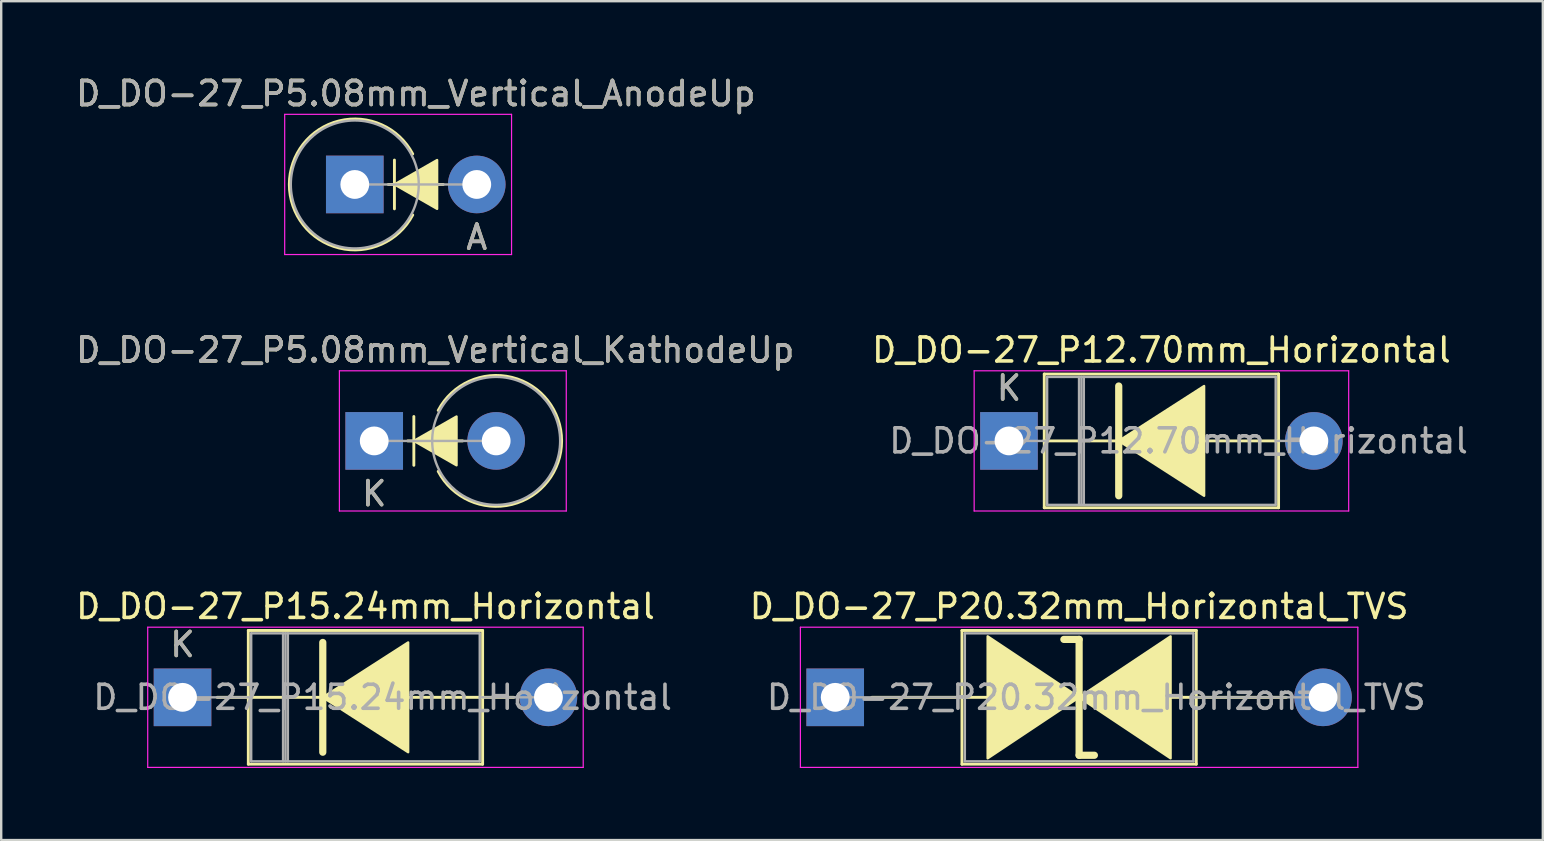
<source format=kicad_pcb>
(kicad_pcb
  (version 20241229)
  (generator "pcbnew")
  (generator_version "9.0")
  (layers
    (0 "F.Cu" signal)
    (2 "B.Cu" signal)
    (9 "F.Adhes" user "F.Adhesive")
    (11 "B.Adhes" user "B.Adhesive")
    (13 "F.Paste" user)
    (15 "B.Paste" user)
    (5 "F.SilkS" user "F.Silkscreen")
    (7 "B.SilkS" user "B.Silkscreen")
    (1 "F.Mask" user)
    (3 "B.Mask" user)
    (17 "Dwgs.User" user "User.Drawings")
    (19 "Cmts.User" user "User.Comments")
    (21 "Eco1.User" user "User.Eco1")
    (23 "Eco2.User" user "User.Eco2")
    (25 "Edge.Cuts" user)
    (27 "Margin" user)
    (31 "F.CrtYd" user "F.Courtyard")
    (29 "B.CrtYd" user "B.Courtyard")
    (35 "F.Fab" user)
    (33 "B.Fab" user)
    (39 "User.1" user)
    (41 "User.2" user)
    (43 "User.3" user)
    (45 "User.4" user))
  (footprint "D_DO-27_P5.08mm_Vertical_AnodeUp"
    (layer "F.Cu")
    (at 11.728 4.633)
    (property "Reference" "D_DO-27_P5.08mm_Vertical_AnodeUp" (at 2.54 -3.785 0) (layer "F.SilkS") (effects (font (size 1 1) (thickness 0.15))))
    (attr through_hole)
    (fp_line (start 1.397 0) (end 3.683 0) (stroke (width 0.12) (type solid)) (layer "F.SilkS"))
    (fp_line (start 1.651 -1.016) (end 1.651 1.016) (stroke (width 0.12) (type solid)) (layer "F.SilkS"))
    (fp_arc (start 2.412999 1.27) (mid -2.726805 0) (end 2.412999 -1.269999) (stroke (width 0.12) (type solid)) (layer "F.SilkS"))
    (fp_poly (pts (xy 3.429 1.016) (xy 1.651 0) (xy 3.429 -1.016)) (stroke (width 0.1) (type solid)) (fill yes) (layer "F.SilkS"))
    (fp_line (start -2.92 -2.92) (end -2.92 2.92) (stroke (width 0.05) (type solid)) (layer "F.CrtYd"))
    (fp_line (start -2.92 2.92) (end 6.53 2.92) (stroke (width 0.05) (type solid)) (layer "F.CrtYd"))
    (fp_line (start 6.53 -2.92) (end -2.92 -2.92) (stroke (width 0.05) (type solid)) (layer "F.CrtYd"))
    (fp_line (start 6.53 2.92) (end 6.53 -2.92) (stroke (width 0.05) (type solid)) (layer "F.CrtYd"))
    (fp_line (start 0 0) (end 5.08 0) (stroke (width 0.1) (type solid)) (layer "F.Fab"))
    (fp_circle (center 0 0) (end 2.665 0) (stroke (width 0.1) (type solid)) (fill no) (layer "F.Fab"))
    (fp_text user "A" (at 5.08 2.2 0) (layer "F.SilkS") (effects (font (size 1 1) (thickness 0.15))))
    (fp_text user "${REFERENCE}" (at 2.54 -3.785 0) (layer "F.Fab") (effects (font (size 1 1) (thickness 0.15))))
    (fp_text user "A" (at 5.08 2.2 0) (layer "F.Fab") (effects (font (size 1 1) (thickness 0.15))))
    (pad "1" thru_hole rect (at 0 0) (size 2.4 2.4) (drill 1.2) (layers "*.Cu" "*.Mask"))
    (pad "2" thru_hole oval (at 5.08 0) (size 2.4 2.4) (drill 1.2) (layers "*.Cu" "*.Mask")))
  (footprint "D_DO-27_P5.08mm_Vertical_KathodeUp"
    (layer "F.Cu")
    (at 12.537 15.315)
    (property "Reference" "D_DO-27_P5.08mm_Vertical_KathodeUp" (at 2.54 -3.785 0) (layer "F.SilkS") (effects (font (size 1 1) (thickness 0.15))))
    (attr through_hole)
    (fp_line (start 1.397 0) (end 3.683 0) (stroke (width 0.12) (type solid)) (layer "F.SilkS"))
    (fp_line (start 1.651 -1.016) (end 1.651 1.016) (stroke (width 0.12) (type solid)) (layer "F.SilkS"))
    (fp_arc (start 2.667001 -1.27) (mid 7.806805 0) (end 2.667001 1.269999) (stroke (width 0.12) (type solid)) (layer "F.SilkS"))
    (fp_poly (pts (xy 3.429 1.016) (xy 1.651 0) (xy 3.429 -1.016)) (stroke (width 0.1) (type solid)) (fill yes) (layer "F.SilkS"))
    (fp_line (start -1.45 -2.92) (end -1.45 2.92) (stroke (width 0.05) (type solid)) (layer "F.CrtYd"))
    (fp_line (start -1.45 2.92) (end 8 2.92) (stroke (width 0.05) (type solid)) (layer "F.CrtYd"))
    (fp_line (start 8 -2.92) (end -1.45 -2.92) (stroke (width 0.05) (type solid)) (layer "F.CrtYd"))
    (fp_line (start 8 2.92) (end 8 -2.92) (stroke (width 0.05) (type solid)) (layer "F.CrtYd"))
    (fp_line (start 0 0) (end 5.08 0) (stroke (width 0.1) (type solid)) (layer "F.Fab"))
    (fp_circle (center 5.08 0) (end 7.745 0) (stroke (width 0.1) (type solid)) (fill no) (layer "F.Fab"))
    (fp_text user "K" (at 0 2.2 0) (layer "F.SilkS") (effects (font (size 1 1) (thickness 0.15))))
    (fp_text user "${REFERENCE}" (at 2.54 -3.785 0) (layer "F.Fab") (effects (font (size 1 1) (thickness 0.15))))
    (fp_text user "K" (at 0 2.2 0) (layer "F.Fab") (effects (font (size 1 1) (thickness 0.15))))
    (pad "1" thru_hole rect (at 0 0) (size 2.4 2.4) (drill 1.2) (layers "*.Cu" "*.Mask"))
    (pad "2" thru_hole oval (at 5.08 0) (size 2.4 2.4) (drill 1.2) (layers "*.Cu" "*.Mask")))
  (footprint "D_DO-27_P12.70mm_Horizontal"
    (layer "F.Cu")
    (at 38.977 15.315)
    (property "Reference" "D_DO-27_P12.70mm_Horizontal" (at 6.35 -3.785 0) (layer "F.SilkS") (effects (font (size 1 1) (thickness 0.15))))
    (attr through_hole)
    (fp_line (start 1.44 0) (end 1.47 0) (stroke (width 0.12) (type solid)) (layer "F.SilkS"))
    (fp_line (start 1.47 -2.785) (end 1.47 2.785) (stroke (width 0.12) (type solid)) (layer "F.SilkS"))
    (fp_line (start 1.47 2.785) (end 11.23 2.785) (stroke (width 0.12) (type solid)) (layer "F.SilkS"))
    (fp_line (start 4.572 -2.286) (end 4.572 2.286) (stroke (width 0.3) (type solid)) (layer "F.SilkS"))
    (fp_line (start 4.572 0) (end 1.47 0) (stroke (width 0.12) (type solid)) (layer "F.SilkS"))
    (fp_line (start 8.001 0) (end 11.23 0) (stroke (width 0.12) (type solid)) (layer "F.SilkS"))
    (fp_line (start 11.23 -2.785) (end 1.47 -2.785) (stroke (width 0.12) (type solid)) (layer "F.SilkS"))
    (fp_line (start 11.23 2.785) (end 11.23 -2.785) (stroke (width 0.12) (type solid)) (layer "F.SilkS"))
    (fp_line (start 11.26 0) (end 11.23 0) (stroke (width 0.12) (type solid)) (layer "F.SilkS"))
    (fp_poly (pts (xy 8.128 2.286) (xy 4.572 0) (xy 8.128 -2.286)) (stroke (width 0.1) (type solid)) (fill yes) (layer "F.SilkS"))
    (fp_line (start -1.45 -2.92) (end -1.45 2.92) (stroke (width 0.05) (type solid)) (layer "F.CrtYd"))
    (fp_line (start -1.45 2.92) (end 14.15 2.92) (stroke (width 0.05) (type solid)) (layer "F.CrtYd"))
    (fp_line (start 14.15 -2.92) (end -1.45 -2.92) (stroke (width 0.05) (type solid)) (layer "F.CrtYd"))
    (fp_line (start 14.15 2.92) (end 14.15 -2.92) (stroke (width 0.05) (type solid)) (layer "F.CrtYd"))
    (fp_line (start 0 0) (end 1.59 0) (stroke (width 0.1) (type solid)) (layer "F.Fab"))
    (fp_line (start 1.59 -2.665) (end 1.59 2.665) (stroke (width 0.1) (type solid)) (layer "F.Fab"))
    (fp_line (start 1.59 2.665) (end 11.11 2.665) (stroke (width 0.1) (type solid)) (layer "F.Fab"))
    (fp_line (start 2.918 -2.665) (end 2.918 2.665) (stroke (width 0.1) (type solid)) (layer "F.Fab"))
    (fp_line (start 3.018 -2.665) (end 3.018 2.665) (stroke (width 0.1) (type solid)) (layer "F.Fab"))
    (fp_line (start 3.118 -2.665) (end 3.118 2.665) (stroke (width 0.1) (type solid)) (layer "F.Fab"))
    (fp_line (start 11.11 -2.665) (end 1.59 -2.665) (stroke (width 0.1) (type solid)) (layer "F.Fab"))
    (fp_line (start 11.11 2.665) (end 11.11 -2.665) (stroke (width 0.1) (type solid)) (layer "F.Fab"))
    (fp_line (start 12.7 0) (end 11.11 0) (stroke (width 0.1) (type solid)) (layer "F.Fab"))
    (fp_text user "K" (at 0 -2.2 0) (layer "F.SilkS") (effects (font (size 1 1) (thickness 0.15))))
    (fp_text user "K" (at 0 -2.2 0) (layer "F.Fab") (effects (font (size 1 1) (thickness 0.15))))
    (fp_text user "${REFERENCE}" (at 7.064 0 0) (layer "F.Fab") (effects (font (size 1 1) (thickness 0.15))))
    (pad "1" thru_hole rect (at 0 0) (size 2.4 2.4) (drill 1.2) (layers "*.Cu" "*.Mask"))
    (pad "2" thru_hole oval (at 12.7 0) (size 2.4 2.4) (drill 1.2) (layers "*.Cu" "*.Mask")))
  (footprint "D_DO-27_P15.24mm_Horizontal"
    (layer "F.Cu")
    (at 4.553 25.996)
    (property "Reference" "D_DO-27_P15.24mm_Horizontal" (at 7.62 -3.785 0) (layer "F.SilkS") (effects (font (size 1 1) (thickness 0.15))))
    (attr through_hole)
    (fp_line (start 1.44 0) (end 2.74 0) (stroke (width 0.12) (type solid)) (layer "F.SilkS"))
    (fp_line (start 2.74 -2.785) (end 2.74 2.785) (stroke (width 0.12) (type solid)) (layer "F.SilkS"))
    (fp_line (start 2.74 2.785) (end 12.5 2.785) (stroke (width 0.12) (type solid)) (layer "F.SilkS"))
    (fp_line (start 5.842 -2.286) (end 5.842 2.286) (stroke (width 0.3) (type solid)) (layer "F.SilkS"))
    (fp_line (start 5.842 0) (end 2.74 0) (stroke (width 0.12) (type solid)) (layer "F.SilkS"))
    (fp_line (start 9.271 0) (end 12.5 0) (stroke (width 0.12) (type solid)) (layer "F.SilkS"))
    (fp_line (start 12.5 -2.785) (end 2.74 -2.785) (stroke (width 0.12) (type solid)) (layer "F.SilkS"))
    (fp_line (start 12.5 2.785) (end 12.5 -2.785) (stroke (width 0.12) (type solid)) (layer "F.SilkS"))
    (fp_line (start 13.8 0) (end 12.5 0) (stroke (width 0.12) (type solid)) (layer "F.SilkS"))
    (fp_poly (pts (xy 9.398 2.286) (xy 5.842 0) (xy 9.398 -2.286)) (stroke (width 0.1) (type solid)) (fill yes) (layer "F.SilkS"))
    (fp_line (start -1.45 -2.92) (end -1.45 2.92) (stroke (width 0.05) (type solid)) (layer "F.CrtYd"))
    (fp_line (start -1.45 2.92) (end 16.69 2.92) (stroke (width 0.05) (type solid)) (layer "F.CrtYd"))
    (fp_line (start 16.69 -2.92) (end -1.45 -2.92) (stroke (width 0.05) (type solid)) (layer "F.CrtYd"))
    (fp_line (start 16.69 2.92) (end 16.69 -2.92) (stroke (width 0.05) (type solid)) (layer "F.CrtYd"))
    (fp_line (start 0 0) (end 2.86 0) (stroke (width 0.1) (type solid)) (layer "F.Fab"))
    (fp_line (start 2.86 -2.665) (end 2.86 2.665) (stroke (width 0.1) (type solid)) (layer "F.Fab"))
    (fp_line (start 2.86 2.665) (end 12.38 2.665) (stroke (width 0.1) (type solid)) (layer "F.Fab"))
    (fp_line (start 4.188 -2.665) (end 4.188 2.665) (stroke (width 0.1) (type solid)) (layer "F.Fab"))
    (fp_line (start 4.288 -2.665) (end 4.288 2.665) (stroke (width 0.1) (type solid)) (layer "F.Fab"))
    (fp_line (start 4.388 -2.665) (end 4.388 2.665) (stroke (width 0.1) (type solid)) (layer "F.Fab"))
    (fp_line (start 12.38 -2.665) (end 2.86 -2.665) (stroke (width 0.1) (type solid)) (layer "F.Fab"))
    (fp_line (start 12.38 2.665) (end 12.38 -2.665) (stroke (width 0.1) (type solid)) (layer "F.Fab"))
    (fp_line (start 15.24 0) (end 12.38 0) (stroke (width 0.1) (type solid)) (layer "F.Fab"))
    (fp_text user "K" (at 0 -2.2 0) (layer "F.SilkS") (effects (font (size 1 1) (thickness 0.15))))
    (fp_text user "${REFERENCE}" (at 8.334 0 0) (layer "F.Fab") (effects (font (size 1 1) (thickness 0.15))))
    (fp_text user "K" (at 0 -2.2 0) (layer "F.Fab") (effects (font (size 1 1) (thickness 0.15))))
    (pad "1" thru_hole rect (at 0 0) (size 2.4 2.4) (drill 1.2) (layers "*.Cu" "*.Mask"))
    (pad "2" thru_hole oval (at 15.24 0) (size 2.4 2.4) (drill 1.2) (layers "*.Cu" "*.Mask")))
  (footprint "D_DO-27_P20.32mm_Horizontal_TVS"
    (layer "F.Cu")
    (at 31.739 25.996)
    (property "Reference" "D_DO-27_P20.32mm_Horizontal_TVS" (at 10.16 -3.785 0) (layer "F.SilkS") (effects (font (size 1 1) (thickness 0.15))))
    (attr through_hole)
    (fp_line (start 1.524 0) (end 5.28 0) (stroke (width 0.12) (type solid)) (layer "F.SilkS"))
    (fp_line (start 5.28 -2.785) (end 5.28 2.785) (stroke (width 0.12) (type solid)) (layer "F.SilkS"))
    (fp_line (start 5.28 0) (end 6.35 0) (stroke (width 0.12) (type solid)) (layer "F.SilkS"))
    (fp_line (start 5.28 2.785) (end 15.04 2.785) (stroke (width 0.12) (type solid)) (layer "F.SilkS"))
    (fp_line (start 10.16 -2.413) (end 9.525 -2.413) (stroke (width 0.3) (type solid)) (layer "F.SilkS"))
    (fp_line (start 10.16 2.413) (end 10.16 -2.413) (stroke (width 0.3) (type solid)) (layer "F.SilkS"))
    (fp_line (start 10.795 2.413) (end 10.16 2.413) (stroke (width 0.3) (type solid)) (layer "F.SilkS"))
    (fp_line (start 13.97 0) (end 15.04 0) (stroke (width 0.12) (type solid)) (layer "F.SilkS"))
    (fp_line (start 15.04 -2.785) (end 5.28 -2.785) (stroke (width 0.12) (type solid)) (layer "F.SilkS"))
    (fp_line (start 15.04 2.785) (end 15.04 -2.785) (stroke (width 0.12) (type solid)) (layer "F.SilkS"))
    (fp_line (start 18.796 0) (end 15.04 0) (stroke (width 0.12) (type solid)) (layer "F.SilkS"))
    (fp_poly (pts (xy 10.16 0) (xy 6.35 2.54) (xy 6.35 -2.54)) (stroke (width 0.1) (type solid)) (fill yes) (layer "F.SilkS"))
    (fp_poly (pts (xy 10.16 0) (xy 13.97 -2.54) (xy 13.97 2.54)) (stroke (width 0.1) (type solid)) (fill yes) (layer "F.SilkS"))
    (fp_line (start -1.45 -2.92) (end -1.45 2.92) (stroke (width 0.05) (type solid)) (layer "F.CrtYd"))
    (fp_line (start -1.45 2.92) (end 21.77 2.92) (stroke (width 0.05) (type solid)) (layer "F.CrtYd"))
    (fp_line (start 21.77 -2.92) (end -1.45 -2.92) (stroke (width 0.05) (type solid)) (layer "F.CrtYd"))
    (fp_line (start 21.77 2.92) (end 21.77 -2.92) (stroke (width 0.05) (type solid)) (layer "F.CrtYd"))
    (fp_line (start 0 0) (end 5.4 0) (stroke (width 0.1) (type solid)) (layer "F.Fab"))
    (fp_line (start 5.4 -2.665) (end 5.4 2.665) (stroke (width 0.1) (type solid)) (layer "F.Fab"))
    (fp_line (start 5.4 2.665) (end 14.92 2.665) (stroke (width 0.1) (type solid)) (layer "F.Fab"))
    (fp_line (start 14.92 -2.665) (end 5.4 -2.665) (stroke (width 0.1) (type solid)) (layer "F.Fab"))
    (fp_line (start 14.92 2.665) (end 14.92 -2.665) (stroke (width 0.1) (type solid)) (layer "F.Fab"))
    (fp_line (start 20.32 0) (end 14.92 0) (stroke (width 0.1) (type solid)) (layer "F.Fab"))
    (fp_text user "${REFERENCE}" (at 10.874 0 0) (layer "F.Fab") (effects (font (size 1 1) (thickness 0.15))))
    (pad "1" thru_hole rect (at 0 0) (size 2.4 2.4) (drill 1.2) (layers "*.Cu" "*.Mask"))
    (pad "2" thru_hole oval (at 20.32 0) (size 2.4 2.4) (drill 1.2) (layers "*.Cu" "*.Mask")))
  (gr_rect
    (start -3 -3)
    (end 61.214 31.941)
    (stroke (width 0.1) (type default))
    (fill no)
    (layer "Edge.Cuts")))
</source>
